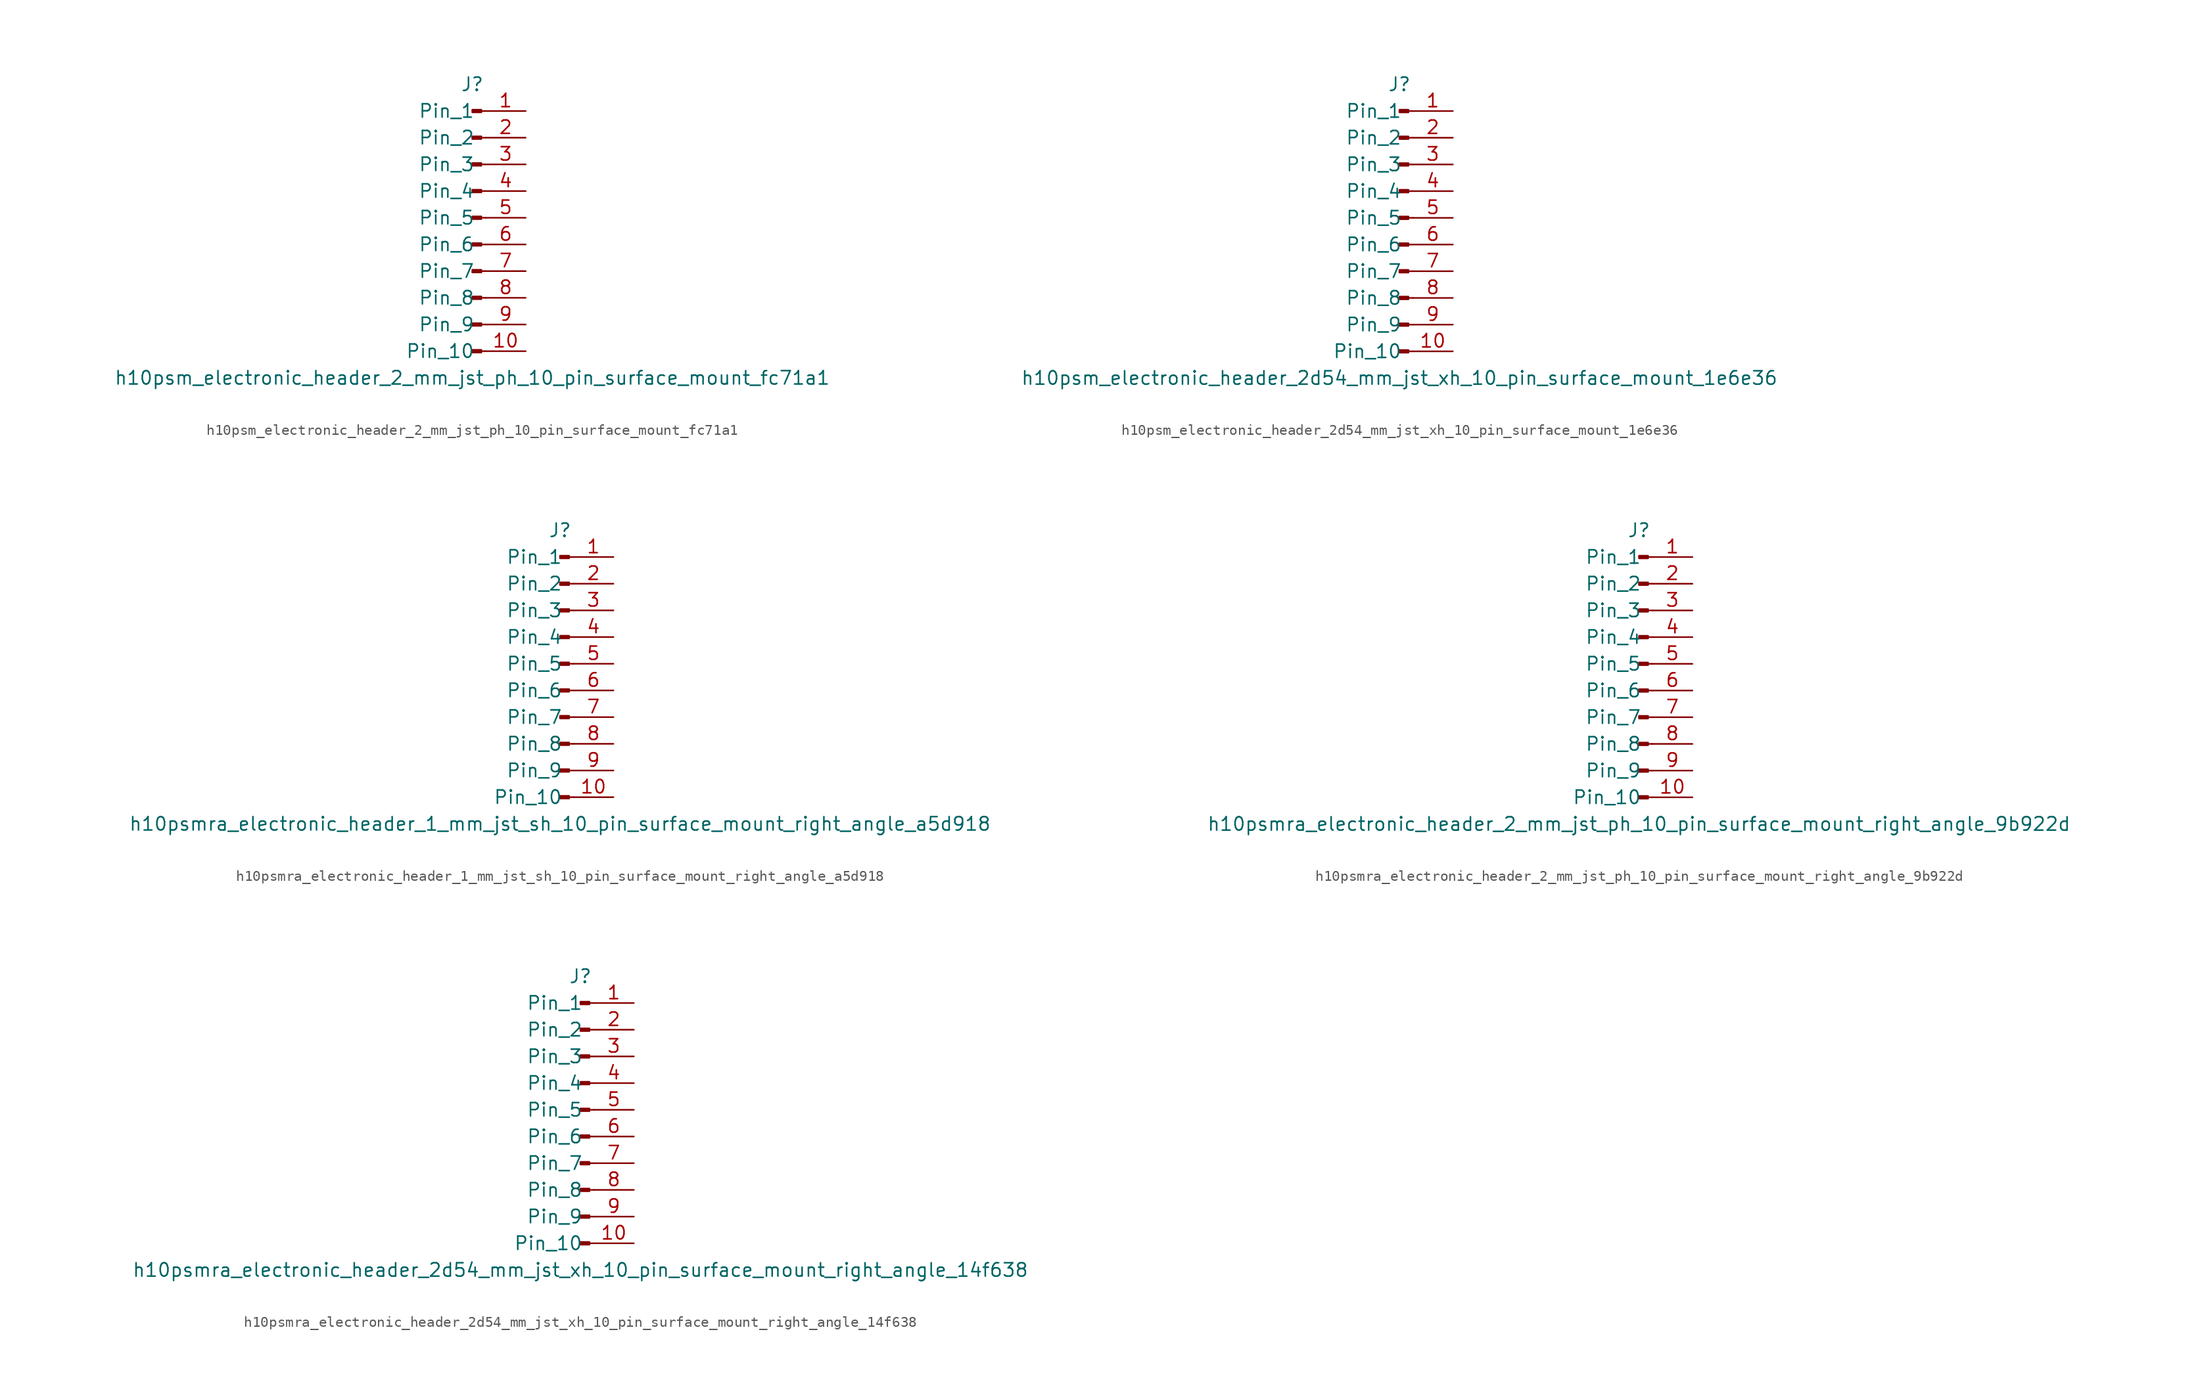
<source format=kicad_sym>
(kicad_symbol_lib
  (version 20220914)
  (generator kicad_symbol_editor)
  (symbol "h10psm_electronic_header_2_mm_jst_ph_10_pin_surface_mount_fc71a1"
    (pin_names
      (offset 1.016))
    (property "Reference" "J"
      (at 0 12.7 0)
      (effects (font (size 1.27 1.27))))
    (property "Value" "h10psm_electronic_header_2_mm_jst_ph_10_pin_surface_mount_fc71a1"
      (at 0 -15.24 0)
      (effects (font (size 1.27 1.27))))
    (property "ki_locked" ""
      (at 0 0 0)
      (effects (font (size 1.27 1.27))))
    (symbol "h10psm_electronic_header_2_mm_jst_ph_10_pin_surface_mount_fc71a1_1_1"
      (polyline (pts (xy 1.27 -12.7) (xy 0.864 -12.7)) (stroke (width 0.152) (type default)) (fill (type none)))
      (polyline (pts (xy 1.27 -10.16) (xy 0.864 -10.16)) (stroke (width 0.152) (type default)) (fill (type none)))
      (polyline (pts (xy 1.27 -7.62) (xy 0.864 -7.62)) (stroke (width 0.152) (type default)) (fill (type none)))
      (polyline (pts (xy 1.27 -5.08) (xy 0.864 -5.08)) (stroke (width 0.152) (type default)) (fill (type none)))
      (polyline (pts (xy 1.27 -2.54) (xy 0.864 -2.54)) (stroke (width 0.152) (type default)) (fill (type none)))
      (polyline (pts (xy 1.27 0) (xy 0.864 0)) (stroke (width 0.152) (type default)) (fill (type none)))
      (polyline (pts (xy 1.27 2.54) (xy 0.864 2.54)) (stroke (width 0.152) (type default)) (fill (type none)))
      (polyline (pts (xy 1.27 5.08) (xy 0.864 5.08)) (stroke (width 0.152) (type default)) (fill (type none)))
      (polyline (pts (xy 1.27 7.62) (xy 0.864 7.62)) (stroke (width 0.152) (type default)) (fill (type none)))
      (polyline (pts (xy 1.27 10.16) (xy 0.864 10.16)) (stroke (width 0.152) (type default)) (fill (type none)))
      (rectangle (start 0.864 -12.573) (end 0 -12.827) (stroke (width 0.152) (type default)) (fill (type outline)))
      (rectangle (start 0.864 -10.033) (end 0 -10.287) (stroke (width 0.152) (type default)) (fill (type outline)))
      (rectangle (start 0.864 -7.493) (end 0 -7.747) (stroke (width 0.152) (type default)) (fill (type outline)))
      (rectangle (start 0.864 -4.953) (end 0 -5.207) (stroke (width 0.152) (type default)) (fill (type outline)))
      (rectangle (start 0.864 -2.413) (end 0 -2.667) (stroke (width 0.152) (type default)) (fill (type outline)))
      (rectangle (start 0.864 0.127) (end 0 -0.127) (stroke (width 0.152) (type default)) (fill (type outline)))
      (rectangle (start 0.864 2.667) (end 0 2.413) (stroke (width 0.152) (type default)) (fill (type outline)))
      (rectangle (start 0.864 5.207) (end 0 4.953) (stroke (width 0.152) (type default)) (fill (type outline)))
      (rectangle (start 0.864 7.747) (end 0 7.493) (stroke (width 0.152) (type default)) (fill (type outline)))
      (rectangle (start 0.864 10.287) (end 0 10.033) (stroke (width 0.152) (type default)) (fill (type outline)))
      (pin passive line (at 5.08 10.16 180) (length 3.81) (name "Pin_1" (effects (font (size 1.27 1.27)))) (number "1" (effects (font (size 1.27 1.27)))))
      (pin passive line (at 5.08 -12.7 180) (length 3.81) (name "Pin_10" (effects (font (size 1.27 1.27)))) (number "10" (effects (font (size 1.27 1.27)))))
      (pin passive line (at 5.08 7.62 180) (length 3.81) (name "Pin_2" (effects (font (size 1.27 1.27)))) (number "2" (effects (font (size 1.27 1.27)))))
      (pin passive line (at 5.08 5.08 180) (length 3.81) (name "Pin_3" (effects (font (size 1.27 1.27)))) (number "3" (effects (font (size 1.27 1.27)))))
      (pin passive line (at 5.08 2.54 180) (length 3.81) (name "Pin_4" (effects (font (size 1.27 1.27)))) (number "4" (effects (font (size 1.27 1.27)))))
      (pin passive line (at 5.08 0 180) (length 3.81) (name "Pin_5" (effects (font (size 1.27 1.27)))) (number "5" (effects (font (size 1.27 1.27)))))
      (pin passive line (at 5.08 -2.54 180) (length 3.81) (name "Pin_6" (effects (font (size 1.27 1.27)))) (number "6" (effects (font (size 1.27 1.27)))))
      (pin passive line (at 5.08 -5.08 180) (length 3.81) (name "Pin_7" (effects (font (size 1.27 1.27)))) (number "7" (effects (font (size 1.27 1.27)))))
      (pin passive line (at 5.08 -7.62 180) (length 3.81) (name "Pin_8" (effects (font (size 1.27 1.27)))) (number "8" (effects (font (size 1.27 1.27)))))
      (pin passive line (at 5.08 -10.16 180) (length 3.81) (name "Pin_9" (effects (font (size 1.27 1.27)))) (number "9" (effects (font (size 1.27 1.27)))))))
  (symbol "h10psm_electronic_header_2d54_mm_jst_xh_10_pin_surface_mount_1e6e36"
    (pin_names
      (offset 1.016))
    (property "Reference" "J"
      (at 0 12.7 0)
      (effects (font (size 1.27 1.27))))
    (property "Value" "h10psm_electronic_header_2d54_mm_jst_xh_10_pin_surface_mount_1e6e36"
      (at 0 -15.24 0)
      (effects (font (size 1.27 1.27))))
    (property "ki_locked" ""
      (at 0 0 0)
      (effects (font (size 1.27 1.27))))
    (symbol "h10psm_electronic_header_2d54_mm_jst_xh_10_pin_surface_mount_1e6e36_1_1"
      (polyline (pts (xy 1.27 -12.7) (xy 0.864 -12.7)) (stroke (width 0.152) (type default)) (fill (type none)))
      (polyline (pts (xy 1.27 -10.16) (xy 0.864 -10.16)) (stroke (width 0.152) (type default)) (fill (type none)))
      (polyline (pts (xy 1.27 -7.62) (xy 0.864 -7.62)) (stroke (width 0.152) (type default)) (fill (type none)))
      (polyline (pts (xy 1.27 -5.08) (xy 0.864 -5.08)) (stroke (width 0.152) (type default)) (fill (type none)))
      (polyline (pts (xy 1.27 -2.54) (xy 0.864 -2.54)) (stroke (width 0.152) (type default)) (fill (type none)))
      (polyline (pts (xy 1.27 0) (xy 0.864 0)) (stroke (width 0.152) (type default)) (fill (type none)))
      (polyline (pts (xy 1.27 2.54) (xy 0.864 2.54)) (stroke (width 0.152) (type default)) (fill (type none)))
      (polyline (pts (xy 1.27 5.08) (xy 0.864 5.08)) (stroke (width 0.152) (type default)) (fill (type none)))
      (polyline (pts (xy 1.27 7.62) (xy 0.864 7.62)) (stroke (width 0.152) (type default)) (fill (type none)))
      (polyline (pts (xy 1.27 10.16) (xy 0.864 10.16)) (stroke (width 0.152) (type default)) (fill (type none)))
      (rectangle (start 0.864 -12.573) (end 0 -12.827) (stroke (width 0.152) (type default)) (fill (type outline)))
      (rectangle (start 0.864 -10.033) (end 0 -10.287) (stroke (width 0.152) (type default)) (fill (type outline)))
      (rectangle (start 0.864 -7.493) (end 0 -7.747) (stroke (width 0.152) (type default)) (fill (type outline)))
      (rectangle (start 0.864 -4.953) (end 0 -5.207) (stroke (width 0.152) (type default)) (fill (type outline)))
      (rectangle (start 0.864 -2.413) (end 0 -2.667) (stroke (width 0.152) (type default)) (fill (type outline)))
      (rectangle (start 0.864 0.127) (end 0 -0.127) (stroke (width 0.152) (type default)) (fill (type outline)))
      (rectangle (start 0.864 2.667) (end 0 2.413) (stroke (width 0.152) (type default)) (fill (type outline)))
      (rectangle (start 0.864 5.207) (end 0 4.953) (stroke (width 0.152) (type default)) (fill (type outline)))
      (rectangle (start 0.864 7.747) (end 0 7.493) (stroke (width 0.152) (type default)) (fill (type outline)))
      (rectangle (start 0.864 10.287) (end 0 10.033) (stroke (width 0.152) (type default)) (fill (type outline)))
      (pin passive line (at 5.08 10.16 180) (length 3.81) (name "Pin_1" (effects (font (size 1.27 1.27)))) (number "1" (effects (font (size 1.27 1.27)))))
      (pin passive line (at 5.08 -12.7 180) (length 3.81) (name "Pin_10" (effects (font (size 1.27 1.27)))) (number "10" (effects (font (size 1.27 1.27)))))
      (pin passive line (at 5.08 7.62 180) (length 3.81) (name "Pin_2" (effects (font (size 1.27 1.27)))) (number "2" (effects (font (size 1.27 1.27)))))
      (pin passive line (at 5.08 5.08 180) (length 3.81) (name "Pin_3" (effects (font (size 1.27 1.27)))) (number "3" (effects (font (size 1.27 1.27)))))
      (pin passive line (at 5.08 2.54 180) (length 3.81) (name "Pin_4" (effects (font (size 1.27 1.27)))) (number "4" (effects (font (size 1.27 1.27)))))
      (pin passive line (at 5.08 0 180) (length 3.81) (name "Pin_5" (effects (font (size 1.27 1.27)))) (number "5" (effects (font (size 1.27 1.27)))))
      (pin passive line (at 5.08 -2.54 180) (length 3.81) (name "Pin_6" (effects (font (size 1.27 1.27)))) (number "6" (effects (font (size 1.27 1.27)))))
      (pin passive line (at 5.08 -5.08 180) (length 3.81) (name "Pin_7" (effects (font (size 1.27 1.27)))) (number "7" (effects (font (size 1.27 1.27)))))
      (pin passive line (at 5.08 -7.62 180) (length 3.81) (name "Pin_8" (effects (font (size 1.27 1.27)))) (number "8" (effects (font (size 1.27 1.27)))))
      (pin passive line (at 5.08 -10.16 180) (length 3.81) (name "Pin_9" (effects (font (size 1.27 1.27)))) (number "9" (effects (font (size 1.27 1.27)))))))
  (symbol "h10psmra_electronic_header_1_mm_jst_sh_10_pin_surface_mount_right_angle_a5d918"
    (pin_names
      (offset 1.016))
    (property "Reference" "J"
      (at 0 12.7 0)
      (effects (font (size 1.27 1.27))))
    (property "Value" "h10psmra_electronic_header_1_mm_jst_sh_10_pin_surface_mount_right_angle_a5d918"
      (at 0 -15.24 0)
      (effects (font (size 1.27 1.27))))
    (property "ki_locked" ""
      (at 0 0 0)
      (effects (font (size 1.27 1.27))))
    (symbol "h10psmra_electronic_header_1_mm_jst_sh_10_pin_surface_mount_right_angle_a5d918_1_1"
      (polyline (pts (xy 1.27 -12.7) (xy 0.864 -12.7)) (stroke (width 0.152) (type default)) (fill (type none)))
      (polyline (pts (xy 1.27 -10.16) (xy 0.864 -10.16)) (stroke (width 0.152) (type default)) (fill (type none)))
      (polyline (pts (xy 1.27 -7.62) (xy 0.864 -7.62)) (stroke (width 0.152) (type default)) (fill (type none)))
      (polyline (pts (xy 1.27 -5.08) (xy 0.864 -5.08)) (stroke (width 0.152) (type default)) (fill (type none)))
      (polyline (pts (xy 1.27 -2.54) (xy 0.864 -2.54)) (stroke (width 0.152) (type default)) (fill (type none)))
      (polyline (pts (xy 1.27 0) (xy 0.864 0)) (stroke (width 0.152) (type default)) (fill (type none)))
      (polyline (pts (xy 1.27 2.54) (xy 0.864 2.54)) (stroke (width 0.152) (type default)) (fill (type none)))
      (polyline (pts (xy 1.27 5.08) (xy 0.864 5.08)) (stroke (width 0.152) (type default)) (fill (type none)))
      (polyline (pts (xy 1.27 7.62) (xy 0.864 7.62)) (stroke (width 0.152) (type default)) (fill (type none)))
      (polyline (pts (xy 1.27 10.16) (xy 0.864 10.16)) (stroke (width 0.152) (type default)) (fill (type none)))
      (rectangle (start 0.864 -12.573) (end 0 -12.827) (stroke (width 0.152) (type default)) (fill (type outline)))
      (rectangle (start 0.864 -10.033) (end 0 -10.287) (stroke (width 0.152) (type default)) (fill (type outline)))
      (rectangle (start 0.864 -7.493) (end 0 -7.747) (stroke (width 0.152) (type default)) (fill (type outline)))
      (rectangle (start 0.864 -4.953) (end 0 -5.207) (stroke (width 0.152) (type default)) (fill (type outline)))
      (rectangle (start 0.864 -2.413) (end 0 -2.667) (stroke (width 0.152) (type default)) (fill (type outline)))
      (rectangle (start 0.864 0.127) (end 0 -0.127) (stroke (width 0.152) (type default)) (fill (type outline)))
      (rectangle (start 0.864 2.667) (end 0 2.413) (stroke (width 0.152) (type default)) (fill (type outline)))
      (rectangle (start 0.864 5.207) (end 0 4.953) (stroke (width 0.152) (type default)) (fill (type outline)))
      (rectangle (start 0.864 7.747) (end 0 7.493) (stroke (width 0.152) (type default)) (fill (type outline)))
      (rectangle (start 0.864 10.287) (end 0 10.033) (stroke (width 0.152) (type default)) (fill (type outline)))
      (pin passive line (at 5.08 10.16 180) (length 3.81) (name "Pin_1" (effects (font (size 1.27 1.27)))) (number "1" (effects (font (size 1.27 1.27)))))
      (pin passive line (at 5.08 -12.7 180) (length 3.81) (name "Pin_10" (effects (font (size 1.27 1.27)))) (number "10" (effects (font (size 1.27 1.27)))))
      (pin passive line (at 5.08 7.62 180) (length 3.81) (name "Pin_2" (effects (font (size 1.27 1.27)))) (number "2" (effects (font (size 1.27 1.27)))))
      (pin passive line (at 5.08 5.08 180) (length 3.81) (name "Pin_3" (effects (font (size 1.27 1.27)))) (number "3" (effects (font (size 1.27 1.27)))))
      (pin passive line (at 5.08 2.54 180) (length 3.81) (name "Pin_4" (effects (font (size 1.27 1.27)))) (number "4" (effects (font (size 1.27 1.27)))))
      (pin passive line (at 5.08 0 180) (length 3.81) (name "Pin_5" (effects (font (size 1.27 1.27)))) (number "5" (effects (font (size 1.27 1.27)))))
      (pin passive line (at 5.08 -2.54 180) (length 3.81) (name "Pin_6" (effects (font (size 1.27 1.27)))) (number "6" (effects (font (size 1.27 1.27)))))
      (pin passive line (at 5.08 -5.08 180) (length 3.81) (name "Pin_7" (effects (font (size 1.27 1.27)))) (number "7" (effects (font (size 1.27 1.27)))))
      (pin passive line (at 5.08 -7.62 180) (length 3.81) (name "Pin_8" (effects (font (size 1.27 1.27)))) (number "8" (effects (font (size 1.27 1.27)))))
      (pin passive line (at 5.08 -10.16 180) (length 3.81) (name "Pin_9" (effects (font (size 1.27 1.27)))) (number "9" (effects (font (size 1.27 1.27)))))))
  (symbol "h10psmra_electronic_header_2_mm_jst_ph_10_pin_surface_mount_right_angle_9b922d"
    (pin_names
      (offset 1.016))
    (property "Reference" "J"
      (at 0 12.7 0)
      (effects (font (size 1.27 1.27))))
    (property "Value" "h10psmra_electronic_header_2_mm_jst_ph_10_pin_surface_mount_right_angle_9b922d"
      (at 0 -15.24 0)
      (effects (font (size 1.27 1.27))))
    (property "ki_locked" ""
      (at 0 0 0)
      (effects (font (size 1.27 1.27))))
    (symbol "h10psmra_electronic_header_2_mm_jst_ph_10_pin_surface_mount_right_angle_9b922d_1_1"
      (polyline (pts (xy 1.27 -12.7) (xy 0.864 -12.7)) (stroke (width 0.152) (type default)) (fill (type none)))
      (polyline (pts (xy 1.27 -10.16) (xy 0.864 -10.16)) (stroke (width 0.152) (type default)) (fill (type none)))
      (polyline (pts (xy 1.27 -7.62) (xy 0.864 -7.62)) (stroke (width 0.152) (type default)) (fill (type none)))
      (polyline (pts (xy 1.27 -5.08) (xy 0.864 -5.08)) (stroke (width 0.152) (type default)) (fill (type none)))
      (polyline (pts (xy 1.27 -2.54) (xy 0.864 -2.54)) (stroke (width 0.152) (type default)) (fill (type none)))
      (polyline (pts (xy 1.27 0) (xy 0.864 0)) (stroke (width 0.152) (type default)) (fill (type none)))
      (polyline (pts (xy 1.27 2.54) (xy 0.864 2.54)) (stroke (width 0.152) (type default)) (fill (type none)))
      (polyline (pts (xy 1.27 5.08) (xy 0.864 5.08)) (stroke (width 0.152) (type default)) (fill (type none)))
      (polyline (pts (xy 1.27 7.62) (xy 0.864 7.62)) (stroke (width 0.152) (type default)) (fill (type none)))
      (polyline (pts (xy 1.27 10.16) (xy 0.864 10.16)) (stroke (width 0.152) (type default)) (fill (type none)))
      (rectangle (start 0.864 -12.573) (end 0 -12.827) (stroke (width 0.152) (type default)) (fill (type outline)))
      (rectangle (start 0.864 -10.033) (end 0 -10.287) (stroke (width 0.152) (type default)) (fill (type outline)))
      (rectangle (start 0.864 -7.493) (end 0 -7.747) (stroke (width 0.152) (type default)) (fill (type outline)))
      (rectangle (start 0.864 -4.953) (end 0 -5.207) (stroke (width 0.152) (type default)) (fill (type outline)))
      (rectangle (start 0.864 -2.413) (end 0 -2.667) (stroke (width 0.152) (type default)) (fill (type outline)))
      (rectangle (start 0.864 0.127) (end 0 -0.127) (stroke (width 0.152) (type default)) (fill (type outline)))
      (rectangle (start 0.864 2.667) (end 0 2.413) (stroke (width 0.152) (type default)) (fill (type outline)))
      (rectangle (start 0.864 5.207) (end 0 4.953) (stroke (width 0.152) (type default)) (fill (type outline)))
      (rectangle (start 0.864 7.747) (end 0 7.493) (stroke (width 0.152) (type default)) (fill (type outline)))
      (rectangle (start 0.864 10.287) (end 0 10.033) (stroke (width 0.152) (type default)) (fill (type outline)))
      (pin passive line (at 5.08 10.16 180) (length 3.81) (name "Pin_1" (effects (font (size 1.27 1.27)))) (number "1" (effects (font (size 1.27 1.27)))))
      (pin passive line (at 5.08 -12.7 180) (length 3.81) (name "Pin_10" (effects (font (size 1.27 1.27)))) (number "10" (effects (font (size 1.27 1.27)))))
      (pin passive line (at 5.08 7.62 180) (length 3.81) (name "Pin_2" (effects (font (size 1.27 1.27)))) (number "2" (effects (font (size 1.27 1.27)))))
      (pin passive line (at 5.08 5.08 180) (length 3.81) (name "Pin_3" (effects (font (size 1.27 1.27)))) (number "3" (effects (font (size 1.27 1.27)))))
      (pin passive line (at 5.08 2.54 180) (length 3.81) (name "Pin_4" (effects (font (size 1.27 1.27)))) (number "4" (effects (font (size 1.27 1.27)))))
      (pin passive line (at 5.08 0 180) (length 3.81) (name "Pin_5" (effects (font (size 1.27 1.27)))) (number "5" (effects (font (size 1.27 1.27)))))
      (pin passive line (at 5.08 -2.54 180) (length 3.81) (name "Pin_6" (effects (font (size 1.27 1.27)))) (number "6" (effects (font (size 1.27 1.27)))))
      (pin passive line (at 5.08 -5.08 180) (length 3.81) (name "Pin_7" (effects (font (size 1.27 1.27)))) (number "7" (effects (font (size 1.27 1.27)))))
      (pin passive line (at 5.08 -7.62 180) (length 3.81) (name "Pin_8" (effects (font (size 1.27 1.27)))) (number "8" (effects (font (size 1.27 1.27)))))
      (pin passive line (at 5.08 -10.16 180) (length 3.81) (name "Pin_9" (effects (font (size 1.27 1.27)))) (number "9" (effects (font (size 1.27 1.27)))))))
  (symbol "h10psmra_electronic_header_2d54_mm_jst_xh_10_pin_surface_mount_right_angle_14f638"
    (pin_names
      (offset 1.016))
    (property "Reference" "J"
      (at 0 12.7 0)
      (effects (font (size 1.27 1.27))))
    (property "Value" "h10psmra_electronic_header_2d54_mm_jst_xh_10_pin_surface_mount_right_angle_14f638"
      (at 0 -15.24 0)
      (effects (font (size 1.27 1.27))))
    (property "ki_locked" ""
      (at 0 0 0)
      (effects (font (size 1.27 1.27))))
    (symbol "h10psmra_electronic_header_2d54_mm_jst_xh_10_pin_surface_mount_right_angle_14f638_1_1"
      (polyline (pts (xy 1.27 -12.7) (xy 0.864 -12.7)) (stroke (width 0.152) (type default)) (fill (type none)))
      (polyline (pts (xy 1.27 -10.16) (xy 0.864 -10.16)) (stroke (width 0.152) (type default)) (fill (type none)))
      (polyline (pts (xy 1.27 -7.62) (xy 0.864 -7.62)) (stroke (width 0.152) (type default)) (fill (type none)))
      (polyline (pts (xy 1.27 -5.08) (xy 0.864 -5.08)) (stroke (width 0.152) (type default)) (fill (type none)))
      (polyline (pts (xy 1.27 -2.54) (xy 0.864 -2.54)) (stroke (width 0.152) (type default)) (fill (type none)))
      (polyline (pts (xy 1.27 0) (xy 0.864 0)) (stroke (width 0.152) (type default)) (fill (type none)))
      (polyline (pts (xy 1.27 2.54) (xy 0.864 2.54)) (stroke (width 0.152) (type default)) (fill (type none)))
      (polyline (pts (xy 1.27 5.08) (xy 0.864 5.08)) (stroke (width 0.152) (type default)) (fill (type none)))
      (polyline (pts (xy 1.27 7.62) (xy 0.864 7.62)) (stroke (width 0.152) (type default)) (fill (type none)))
      (polyline (pts (xy 1.27 10.16) (xy 0.864 10.16)) (stroke (width 0.152) (type default)) (fill (type none)))
      (rectangle (start 0.864 -12.573) (end 0 -12.827) (stroke (width 0.152) (type default)) (fill (type outline)))
      (rectangle (start 0.864 -10.033) (end 0 -10.287) (stroke (width 0.152) (type default)) (fill (type outline)))
      (rectangle (start 0.864 -7.493) (end 0 -7.747) (stroke (width 0.152) (type default)) (fill (type outline)))
      (rectangle (start 0.864 -4.953) (end 0 -5.207) (stroke (width 0.152) (type default)) (fill (type outline)))
      (rectangle (start 0.864 -2.413) (end 0 -2.667) (stroke (width 0.152) (type default)) (fill (type outline)))
      (rectangle (start 0.864 0.127) (end 0 -0.127) (stroke (width 0.152) (type default)) (fill (type outline)))
      (rectangle (start 0.864 2.667) (end 0 2.413) (stroke (width 0.152) (type default)) (fill (type outline)))
      (rectangle (start 0.864 5.207) (end 0 4.953) (stroke (width 0.152) (type default)) (fill (type outline)))
      (rectangle (start 0.864 7.747) (end 0 7.493) (stroke (width 0.152) (type default)) (fill (type outline)))
      (rectangle (start 0.864 10.287) (end 0 10.033) (stroke (width 0.152) (type default)) (fill (type outline)))
      (pin passive line (at 5.08 10.16 180) (length 3.81) (name "Pin_1" (effects (font (size 1.27 1.27)))) (number "1" (effects (font (size 1.27 1.27)))))
      (pin passive line (at 5.08 -12.7 180) (length 3.81) (name "Pin_10" (effects (font (size 1.27 1.27)))) (number "10" (effects (font (size 1.27 1.27)))))
      (pin passive line (at 5.08 7.62 180) (length 3.81) (name "Pin_2" (effects (font (size 1.27 1.27)))) (number "2" (effects (font (size 1.27 1.27)))))
      (pin passive line (at 5.08 5.08 180) (length 3.81) (name "Pin_3" (effects (font (size 1.27 1.27)))) (number "3" (effects (font (size 1.27 1.27)))))
      (pin passive line (at 5.08 2.54 180) (length 3.81) (name "Pin_4" (effects (font (size 1.27 1.27)))) (number "4" (effects (font (size 1.27 1.27)))))
      (pin passive line (at 5.08 0 180) (length 3.81) (name "Pin_5" (effects (font (size 1.27 1.27)))) (number "5" (effects (font (size 1.27 1.27)))))
      (pin passive line (at 5.08 -2.54 180) (length 3.81) (name "Pin_6" (effects (font (size 1.27 1.27)))) (number "6" (effects (font (size 1.27 1.27)))))
      (pin passive line (at 5.08 -5.08 180) (length 3.81) (name "Pin_7" (effects (font (size 1.27 1.27)))) (number "7" (effects (font (size 1.27 1.27)))))
      (pin passive line (at 5.08 -7.62 180) (length 3.81) (name "Pin_8" (effects (font (size 1.27 1.27)))) (number "8" (effects (font (size 1.27 1.27)))))
      (pin passive line (at 5.08 -10.16 180) (length 3.81) (name "Pin_9" (effects (font (size 1.27 1.27)))) (number "9" (effects (font (size 1.27 1.27))))))))
</source>
